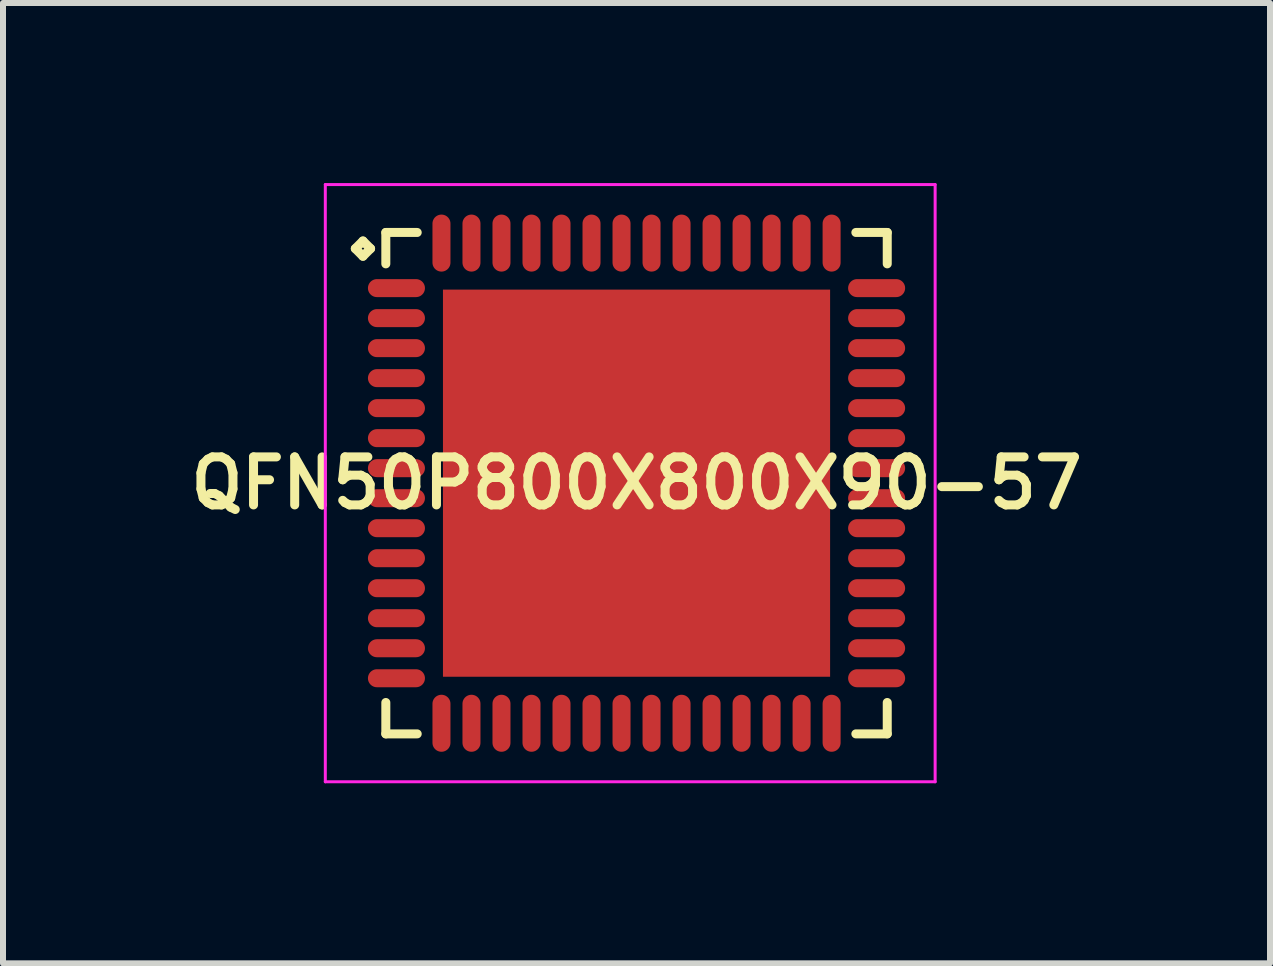
<source format=kicad_pcb>
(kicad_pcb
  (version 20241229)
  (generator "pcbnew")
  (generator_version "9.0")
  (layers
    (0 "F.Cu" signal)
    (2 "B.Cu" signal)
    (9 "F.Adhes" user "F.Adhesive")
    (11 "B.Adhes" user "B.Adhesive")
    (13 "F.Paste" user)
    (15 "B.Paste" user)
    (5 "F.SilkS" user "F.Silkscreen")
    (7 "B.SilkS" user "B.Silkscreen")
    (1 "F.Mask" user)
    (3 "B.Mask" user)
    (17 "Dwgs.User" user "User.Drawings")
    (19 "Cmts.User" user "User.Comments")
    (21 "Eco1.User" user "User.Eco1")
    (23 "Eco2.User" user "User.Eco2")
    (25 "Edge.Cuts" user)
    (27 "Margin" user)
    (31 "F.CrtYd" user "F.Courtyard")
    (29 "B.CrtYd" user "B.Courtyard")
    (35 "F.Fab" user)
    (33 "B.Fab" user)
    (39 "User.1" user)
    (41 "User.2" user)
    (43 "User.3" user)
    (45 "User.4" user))
  (footprint "QFN50P800X800X90-57"
    (layer "F.Cu")
    (at 7.555 5)
    (property "Reference" "QFN50P800X800X90-57" (at 0 0 0) (layer "F.SilkS") (effects (font (size 0.8 0.8) (thickness 0.15))))
    (attr smd)
    (fp_line (start -4.685 -3.908) (end -4.558 -4.035) (stroke (width 0.15) (type solid)) (layer "F.SilkS"))
    (fp_line (start -4.558 -4.035) (end -4.431 -3.908) (stroke (width 0.15) (type solid)) (layer "F.SilkS"))
    (fp_line (start -4.558 -3.781) (end -4.685 -3.908) (stroke (width 0.15) (type solid)) (layer "F.SilkS"))
    (fp_line (start -4.431 -3.908) (end -4.558 -3.781) (stroke (width 0.15) (type solid)) (layer "F.SilkS"))
    (fp_line (start -4.177 -4.177) (end -3.654 -4.177) (stroke (width 0.15) (type solid)) (layer "F.SilkS"))
    (fp_line (start -4.177 -3.654) (end -4.177 -4.177) (stroke (width 0.15) (type solid)) (layer "F.SilkS"))
    (fp_line (start -4.177 3.654) (end -4.177 4.177) (stroke (width 0.15) (type solid)) (layer "F.SilkS"))
    (fp_line (start -4.177 4.177) (end -3.654 4.177) (stroke (width 0.15) (type solid)) (layer "F.SilkS"))
    (fp_line (start 3.654 -4.177) (end 4.177 -4.177) (stroke (width 0.15) (type solid)) (layer "F.SilkS"))
    (fp_line (start 3.654 4.177) (end 4.177 4.177) (stroke (width 0.15) (type solid)) (layer "F.SilkS"))
    (fp_line (start 4.177 -4.177) (end 4.177 -3.654) (stroke (width 0.15) (type solid)) (layer "F.SilkS"))
    (fp_line (start 4.177 4.177) (end 4.177 3.654) (stroke (width 0.15) (type solid)) (layer "F.SilkS"))
    (fp_line (start -5.185 -4.975) (end 4.975 -4.975) (stroke (width 0.05) (type solid)) (layer "F.CrtYd"))
    (fp_line (start -5.185 4.975) (end -5.185 -4.975) (stroke (width 0.05) (type solid)) (layer "F.CrtYd"))
    (fp_line (start 4.975 -4.975) (end 4.975 4.975) (stroke (width 0.05) (type solid)) (layer "F.CrtYd"))
    (fp_line (start 4.975 4.975) (end -5.185 4.975) (stroke (width 0.05) (type solid)) (layer "F.CrtYd"))
    (pad "1" smd oval (at -4 -3.25) (size 0.95 0.3) (layers "F.Cu" "F.Mask" "F.Paste"))
    (pad "2" smd oval (at -4 -2.75) (size 0.95 0.3) (layers "F.Cu" "F.Mask" "F.Paste"))
    (pad "3" smd oval (at -4 -2.25) (size 0.95 0.3) (layers "F.Cu" "F.Mask" "F.Paste"))
    (pad "4" smd oval (at -4 -1.75) (size 0.95 0.3) (layers "F.Cu" "F.Mask" "F.Paste"))
    (pad "5" smd oval (at -4 -1.25) (size 0.95 0.3) (layers "F.Cu" "F.Mask" "F.Paste"))
    (pad "6" smd oval (at -4 -0.75) (size 0.95 0.3) (layers "F.Cu" "F.Mask" "F.Paste"))
    (pad "7" smd oval (at -4 -0.25) (size 0.95 0.3) (layers "F.Cu" "F.Mask" "F.Paste"))
    (pad "8" smd oval (at -4 0.25) (size 0.95 0.3) (layers "F.Cu" "F.Mask" "F.Paste"))
    (pad "9" smd oval (at -4 0.75) (size 0.95 0.3) (layers "F.Cu" "F.Mask" "F.Paste"))
    (pad "10" smd oval (at -4 1.25) (size 0.95 0.3) (layers "F.Cu" "F.Mask" "F.Paste"))
    (pad "11" smd oval (at -4 1.75) (size 0.95 0.3) (layers "F.Cu" "F.Mask" "F.Paste"))
    (pad "12" smd oval (at -4 2.25) (size 0.95 0.3) (layers "F.Cu" "F.Mask" "F.Paste"))
    (pad "13" smd oval (at -4 2.75) (size 0.95 0.3) (layers "F.Cu" "F.Mask" "F.Paste"))
    (pad "14" smd oval (at -4 3.25) (size 0.95 0.3) (layers "F.Cu" "F.Mask" "F.Paste"))
    (pad "15" smd oval (at -3.25 4) (size 0.3 0.95) (layers "F.Cu" "F.Mask" "F.Paste"))
    (pad "16" smd oval (at -2.75 4) (size 0.3 0.95) (layers "F.Cu" "F.Mask" "F.Paste"))
    (pad "17" smd oval (at -2.25 4) (size 0.3 0.95) (layers "F.Cu" "F.Mask" "F.Paste"))
    (pad "18" smd oval (at -1.75 4) (size 0.3 0.95) (layers "F.Cu" "F.Mask" "F.Paste"))
    (pad "19" smd oval (at -1.25 4) (size 0.3 0.95) (layers "F.Cu" "F.Mask" "F.Paste"))
    (pad "20" smd oval (at -0.75 4) (size 0.3 0.95) (layers "F.Cu" "F.Mask" "F.Paste"))
    (pad "21" smd oval (at -0.25 4) (size 0.3 0.95) (layers "F.Cu" "F.Mask" "F.Paste"))
    (pad "22" smd oval (at 0.25 4) (size 0.3 0.95) (layers "F.Cu" "F.Mask" "F.Paste"))
    (pad "23" smd oval (at 0.75 4) (size 0.3 0.95) (layers "F.Cu" "F.Mask" "F.Paste"))
    (pad "24" smd oval (at 1.25 4) (size 0.3 0.95) (layers "F.Cu" "F.Mask" "F.Paste"))
    (pad "25" smd oval (at 1.75 4) (size 0.3 0.95) (layers "F.Cu" "F.Mask" "F.Paste"))
    (pad "26" smd oval (at 2.25 4) (size 0.3 0.95) (layers "F.Cu" "F.Mask" "F.Paste"))
    (pad "27" smd oval (at 2.75 4) (size 0.3 0.95) (layers "F.Cu" "F.Mask" "F.Paste"))
    (pad "28" smd oval (at 3.25 4) (size 0.3 0.95) (layers "F.Cu" "F.Mask" "F.Paste"))
    (pad "29" smd oval (at 4 3.25) (size 0.95 0.3) (layers "F.Cu" "F.Mask" "F.Paste"))
    (pad "30" smd oval (at 4 2.75) (size 0.95 0.3) (layers "F.Cu" "F.Mask" "F.Paste"))
    (pad "31" smd oval (at 4 2.25) (size 0.95 0.3) (layers "F.Cu" "F.Mask" "F.Paste"))
    (pad "32" smd oval (at 4 1.75) (size 0.95 0.3) (layers "F.Cu" "F.Mask" "F.Paste"))
    (pad "33" smd oval (at 4 1.25) (size 0.95 0.3) (layers "F.Cu" "F.Mask" "F.Paste"))
    (pad "34" smd oval (at 4 0.75) (size 0.95 0.3) (layers "F.Cu" "F.Mask" "F.Paste"))
    (pad "35" smd oval (at 4 0.25) (size 0.95 0.3) (layers "F.Cu" "F.Mask" "F.Paste"))
    (pad "36" smd oval (at 4 -0.25) (size 0.95 0.3) (layers "F.Cu" "F.Mask" "F.Paste"))
    (pad "37" smd oval (at 4 -0.75) (size 0.95 0.3) (layers "F.Cu" "F.Mask" "F.Paste"))
    (pad "38" smd oval (at 4 -1.25) (size 0.95 0.3) (layers "F.Cu" "F.Mask" "F.Paste"))
    (pad "39" smd oval (at 4 -1.75) (size 0.95 0.3) (layers "F.Cu" "F.Mask" "F.Paste"))
    (pad "40" smd oval (at 4 -2.25) (size 0.95 0.3) (layers "F.Cu" "F.Mask" "F.Paste"))
    (pad "41" smd oval (at 4 -2.75) (size 0.95 0.3) (layers "F.Cu" "F.Mask" "F.Paste"))
    (pad "42" smd oval (at 4 -3.25) (size 0.95 0.3) (layers "F.Cu" "F.Mask" "F.Paste"))
    (pad "43" smd oval (at 3.25 -4) (size 0.3 0.95) (layers "F.Cu" "F.Mask" "F.Paste"))
    (pad "44" smd oval (at 2.75 -4) (size 0.3 0.95) (layers "F.Cu" "F.Mask" "F.Paste"))
    (pad "45" smd oval (at 2.25 -4) (size 0.3 0.95) (layers "F.Cu" "F.Mask" "F.Paste"))
    (pad "46" smd oval (at 1.75 -4) (size 0.3 0.95) (layers "F.Cu" "F.Mask" "F.Paste"))
    (pad "47" smd oval (at 1.25 -4) (size 0.3 0.95) (layers "F.Cu" "F.Mask" "F.Paste"))
    (pad "48" smd oval (at 0.75 -4) (size 0.3 0.95) (layers "F.Cu" "F.Mask" "F.Paste"))
    (pad "49" smd oval (at 0.25 -4) (size 0.3 0.95) (layers "F.Cu" "F.Mask" "F.Paste"))
    (pad "50" smd oval (at -0.25 -4) (size 0.3 0.95) (layers "F.Cu" "F.Mask" "F.Paste"))
    (pad "51" smd oval (at -0.75 -4) (size 0.3 0.95) (layers "F.Cu" "F.Mask" "F.Paste"))
    (pad "52" smd oval (at -1.25 -4) (size 0.3 0.95) (layers "F.Cu" "F.Mask" "F.Paste"))
    (pad "53" smd oval (at -1.75 -4) (size 0.3 0.95) (layers "F.Cu" "F.Mask" "F.Paste"))
    (pad "54" smd oval (at -2.25 -4) (size 0.3 0.95) (layers "F.Cu" "F.Mask" "F.Paste"))
    (pad "55" smd oval (at -2.75 -4) (size 0.3 0.95) (layers "F.Cu" "F.Mask" "F.Paste"))
    (pad "56" smd oval (at -3.25 -4) (size 0.3 0.95) (layers "F.Cu" "F.Mask" "F.Paste"))
    (pad "57" smd rect (at 0 0) (size 6.45 6.45) (layers "F.Cu" "F.Mask" "F.Paste")))
  (gr_rect
    (start -3 -3)
    (end 18.109 13)
    (stroke (width 0.1) (type default))
    (fill no)
    (layer "Edge.Cuts")))
</source>
